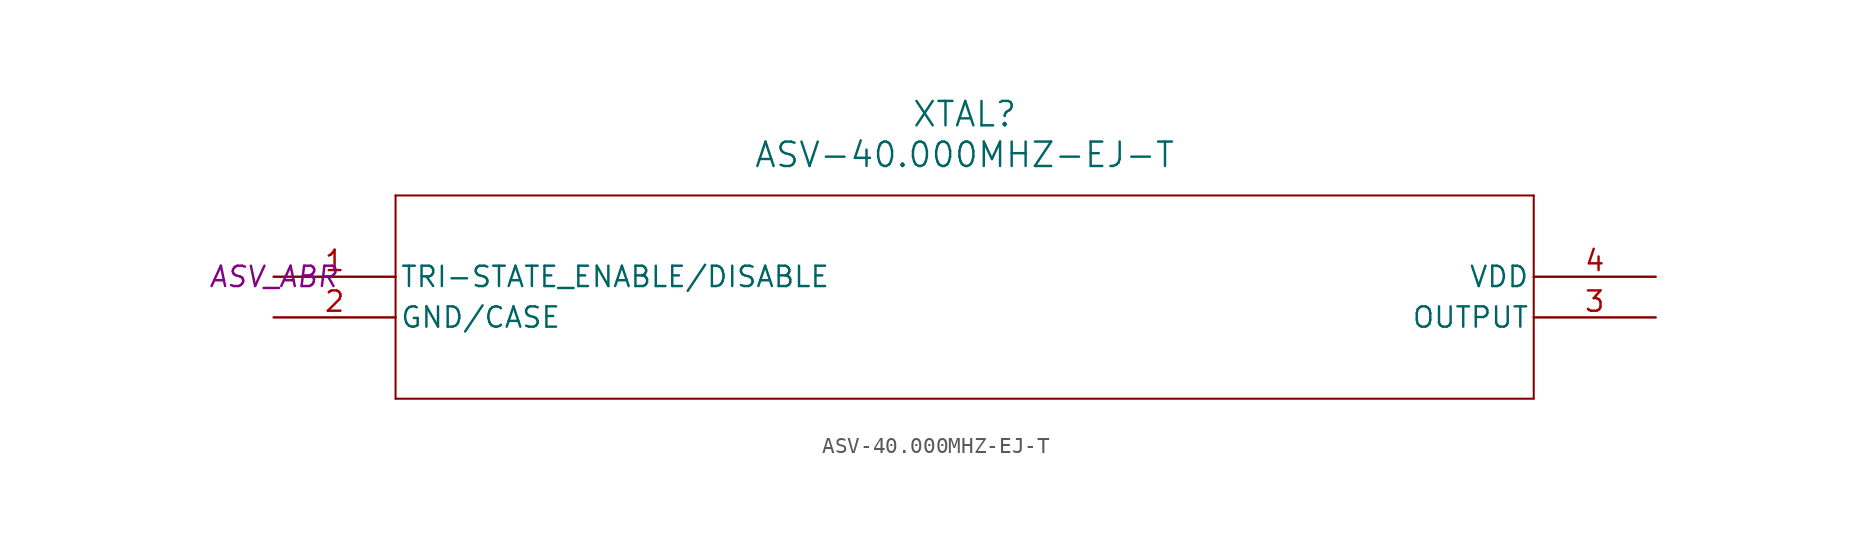
<source format=kicad_sym>
(kicad_symbol_lib
  (version 20231120)
  (generator "kicad_symbol_editor")
  (generator_version "8.0")
  (symbol "ASV-40.000MHZ-EJ-T"
    (pin_names
      (offset 0.254))
    (property "Reference" "XTAL"
      (at 43.18 10.16 0)
      (effects (font (size 1.524 1.524))))
    (property "Value" "ASV-40.000MHZ-EJ-T"
      (at 43.18 7.62 0)
      (effects (font (size 1.524 1.524))))
    (property "Footprint" "ASV_ABR"
      (at 0 0 0)
      (effects (font (size 1.27 1.27) (italic yes))))
    (symbol "ASV-40.000MHZ-EJ-T_0_1"
      (polyline (pts (xy 7.62 -7.62) (xy 78.74 -7.62)) (stroke (width 0.127) (type default)) (fill (type none)))
      (polyline (pts (xy 7.62 5.08) (xy 7.62 -7.62)) (stroke (width 0.127) (type default)) (fill (type none)))
      (polyline (pts (xy 78.74 -7.62) (xy 78.74 5.08)) (stroke (width 0.127) (type default)) (fill (type none)))
      (polyline (pts (xy 78.74 5.08) (xy 7.62 5.08)) (stroke (width 0.127) (type default)) (fill (type none)))
      (pin tri_state line (at 0 0 0) (length 7.62) (name "TRI-STATE_ENABLE/DISABLE" (effects (font (size 1.27 1.27)))) (number "1" (effects (font (size 1.27 1.27)))))
      (pin power_out line (at 0 -2.54 0) (length 7.62) (name "GND/CASE" (effects (font (size 1.27 1.27)))) (number "2" (effects (font (size 1.27 1.27)))))
      (pin output line (at 86.36 -2.54 180) (length 7.62) (name "OUTPUT" (effects (font (size 1.27 1.27)))) (number "3" (effects (font (size 1.27 1.27)))))
      (pin power_in line (at 86.36 0 180) (length 7.62) (name "VDD" (effects (font (size 1.27 1.27)))) (number "4" (effects (font (size 1.27 1.27))))))))
</source>
